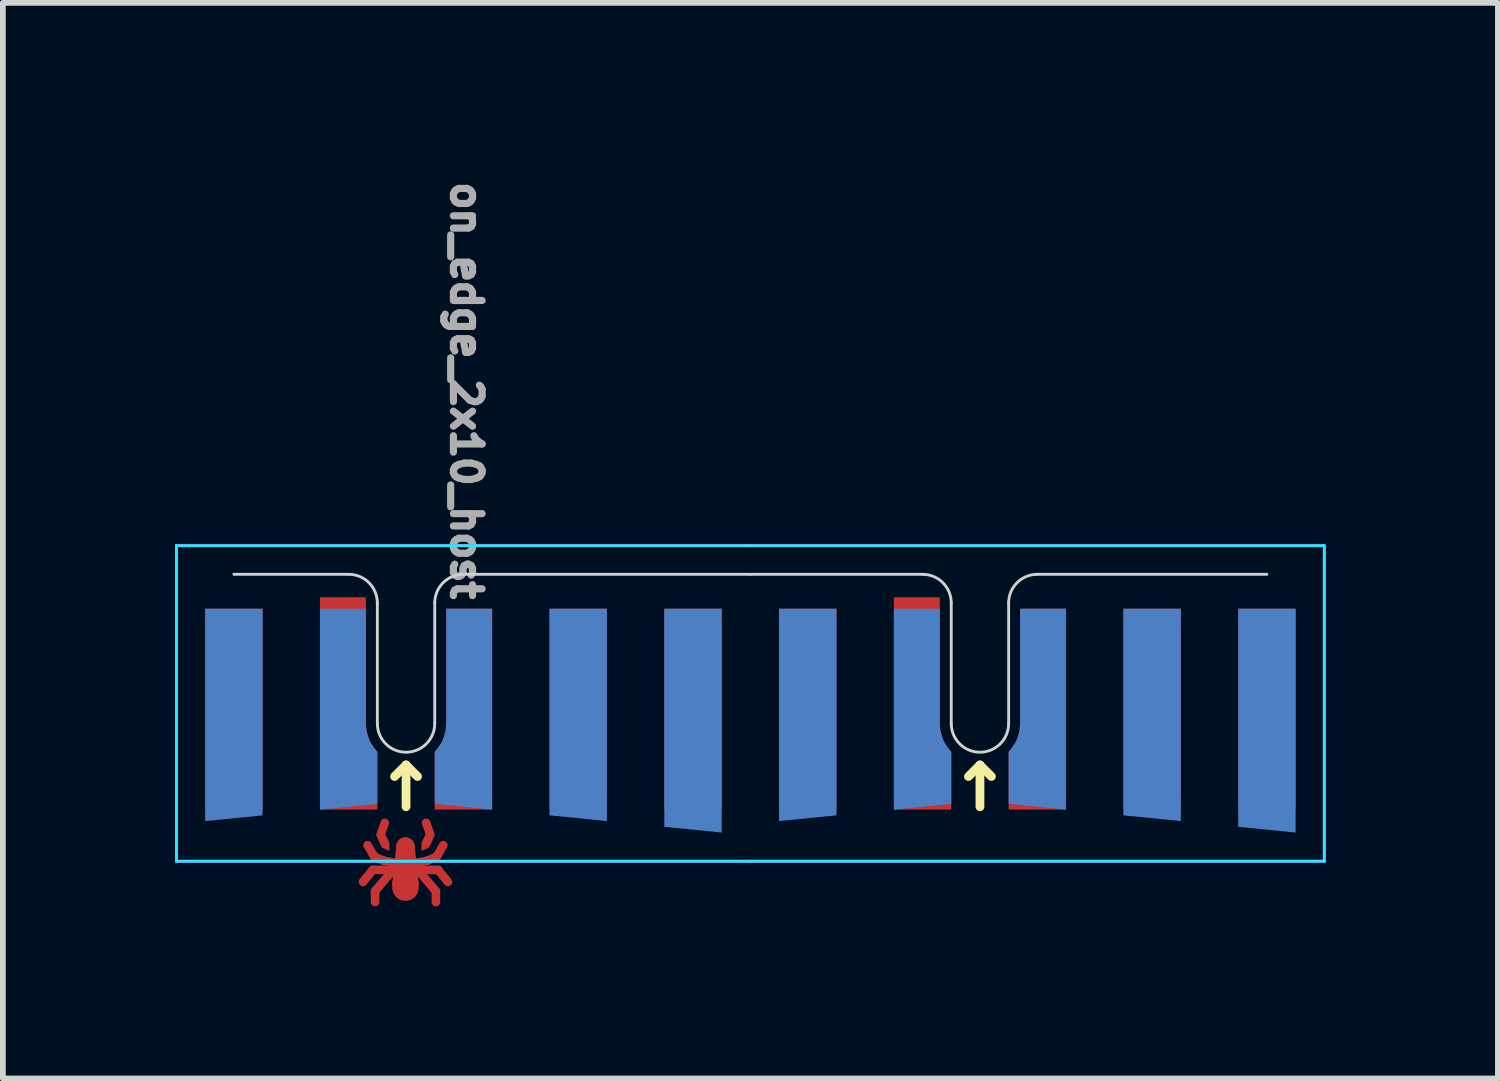
<source format=kicad_pcb>
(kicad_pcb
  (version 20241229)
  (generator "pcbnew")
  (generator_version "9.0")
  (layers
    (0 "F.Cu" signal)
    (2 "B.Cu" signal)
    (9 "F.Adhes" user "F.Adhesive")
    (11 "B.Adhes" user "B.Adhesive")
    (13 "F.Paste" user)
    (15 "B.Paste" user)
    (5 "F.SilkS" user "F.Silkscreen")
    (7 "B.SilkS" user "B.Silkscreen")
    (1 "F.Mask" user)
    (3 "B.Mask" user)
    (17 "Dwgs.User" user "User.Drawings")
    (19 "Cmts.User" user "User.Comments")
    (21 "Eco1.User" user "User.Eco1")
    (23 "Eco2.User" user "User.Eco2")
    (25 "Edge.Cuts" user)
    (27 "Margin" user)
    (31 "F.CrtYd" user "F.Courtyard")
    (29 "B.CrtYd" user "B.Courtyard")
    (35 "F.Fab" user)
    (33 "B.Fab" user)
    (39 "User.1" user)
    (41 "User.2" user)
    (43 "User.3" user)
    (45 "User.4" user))
  (footprint "on_edge_2x10_host"
    (layer "F.Cu")
    (at 5.025 6.957)
    (property "Reference" "on_edge_2x10_host" (at 0.05 -3.2 270) (unlocked yes) (layer "F.Fab") (effects (font (size 0.5 0.5) (thickness 0.125))))
    (attr exclude_from_pos_files exclude_from_bom)
    (fp_line (start -1.75 5.36) (end -1.58 5.15) (stroke (width 0.15) (type solid)) (layer "F.Cu"))
    (fp_line (start -1.67 4.72) (end -1.56 4.91) (stroke (width 0.15) (type solid)) (layer "F.Cu"))
    (fp_line (start -1.54 5.71) (end -1.54 5.52) (stroke (width 0.15) (type solid)) (layer "F.Cu"))
    (fp_line (start -1.44 4.54) (end -1.38 4.67) (stroke (width 0.15) (type solid)) (layer "F.Cu"))
    (fp_line (start -1.39 4.99) (end -1.55 4.92) (stroke (width 0.15) (type solid)) (layer "F.Cu"))
    (fp_line (start -1.39 4.99) (end -1.13 5.04) (stroke (width 0.15) (type solid)) (layer "F.Cu"))
    (fp_line (start -1.37 4.33) (end -1.44 4.53) (stroke (width 0.15) (type solid)) (layer "F.Cu"))
    (fp_line (start -1.26 5.19) (end -1.54 5.52) (stroke (width 0.15) (type solid)) (layer "F.Cu"))
    (fp_line (start -1.21 5.15) (end -1.58 5.15) (stroke (width 0.15) (type solid)) (layer "F.Cu"))
    (fp_line (start -1.09 5.4) (end -1.02 4.74) (stroke (width 0.3) (type solid)) (layer "F.Cu"))
    (fp_line (start -1.01 5.46) (end -1.01 5.39) (stroke (width 0.46) (type solid)) (layer "F.Cu"))
    (fp_line (start -1.01 5.51) (end -1.01 4.74) (stroke (width 0.32) (type solid)) (layer "F.Cu"))
    (fp_line (start -0.93 5.4) (end -1 4.74) (stroke (width 0.3) (type solid)) (layer "F.Cu"))
    (fp_line (start -0.81 5.15) (end -0.44 5.15) (stroke (width 0.15) (type solid)) (layer "F.Cu"))
    (fp_line (start -0.76 5.19) (end -0.48 5.52) (stroke (width 0.15) (type solid)) (layer "F.Cu"))
    (fp_line (start -0.65 4.33) (end -0.58 4.53) (stroke (width 0.15) (type solid)) (layer "F.Cu"))
    (fp_line (start -0.63 4.99) (end -0.89 5.04) (stroke (width 0.15) (type solid)) (layer "F.Cu"))
    (fp_line (start -0.63 4.99) (end -0.47 4.92) (stroke (width 0.15) (type solid)) (layer "F.Cu"))
    (fp_line (start -0.58 4.54) (end -0.64 4.67) (stroke (width 0.15) (type solid)) (layer "F.Cu"))
    (fp_line (start -0.48 5.71) (end -0.48 5.52) (stroke (width 0.15) (type solid)) (layer "F.Cu"))
    (fp_line (start -0.35 4.72) (end -0.46 4.91) (stroke (width 0.15) (type solid)) (layer "F.Cu"))
    (fp_line (start -0.27 5.36) (end -0.44 5.15) (stroke (width 0.15) (type solid)) (layer "F.Cu"))
    (fp_poly (pts (xy -1.35 4.56) (xy -1.29 4.68) (xy -1.29 4.82) (xy -1.42 4.76) (xy -1.49 4.61) (xy -1.4 4.64)) (stroke (width 0.001) (type solid)) (fill yes) (layer "F.Cu"))
    (fp_poly (pts (xy -0.67 4.56) (xy -0.73 4.68) (xy -0.73 4.82) (xy -0.6 4.76) (xy -0.53 4.61) (xy -0.62 4.64)) (stroke (width 0.001) (type solid)) (fill yes) (layer "F.Cu"))
    (fp_line (start -1.75 5.36) (end -1.58 5.15) (stroke (width 0.15) (type solid)) (layer "F.Mask"))
    (fp_line (start -1.67 4.72) (end -1.56 4.91) (stroke (width 0.15) (type solid)) (layer "F.Mask"))
    (fp_line (start -1.54 5.71) (end -1.54 5.52) (stroke (width 0.15) (type solid)) (layer "F.Mask"))
    (fp_line (start -1.44 4.54) (end -1.38 4.67) (stroke (width 0.15) (type solid)) (layer "F.Mask"))
    (fp_line (start -1.39 4.99) (end -1.55 4.92) (stroke (width 0.15) (type solid)) (layer "F.Mask"))
    (fp_line (start -1.39 4.99) (end -1.13 5.04) (stroke (width 0.15) (type solid)) (layer "F.Mask"))
    (fp_line (start -1.37 4.33) (end -1.44 4.53) (stroke (width 0.15) (type solid)) (layer "F.Mask"))
    (fp_line (start -1.26 5.19) (end -1.54 5.52) (stroke (width 0.15) (type solid)) (layer "F.Mask"))
    (fp_line (start -1.21 5.15) (end -1.58 5.15) (stroke (width 0.15) (type solid)) (layer "F.Mask"))
    (fp_line (start -1.09 5.4) (end -1.02 4.74) (stroke (width 0.3) (type solid)) (layer "F.Mask"))
    (fp_line (start -1.01 5.46) (end -1.01 5.39) (stroke (width 0.46) (type solid)) (layer "F.Mask"))
    (fp_line (start -1.01 5.51) (end -1.01 4.74) (stroke (width 0.32) (type solid)) (layer "F.Mask"))
    (fp_line (start -0.93 5.4) (end -1 4.74) (stroke (width 0.3) (type solid)) (layer "F.Mask"))
    (fp_line (start -0.81 5.15) (end -0.44 5.15) (stroke (width 0.15) (type solid)) (layer "F.Mask"))
    (fp_line (start -0.76 5.19) (end -0.48 5.52) (stroke (width 0.15) (type solid)) (layer "F.Mask"))
    (fp_line (start -0.65 4.33) (end -0.58 4.53) (stroke (width 0.15) (type solid)) (layer "F.Mask"))
    (fp_line (start -0.63 4.99) (end -0.89 5.04) (stroke (width 0.15) (type solid)) (layer "F.Mask"))
    (fp_line (start -0.63 4.99) (end -0.47 4.92) (stroke (width 0.15) (type solid)) (layer "F.Mask"))
    (fp_line (start -0.58 4.54) (end -0.64 4.67) (stroke (width 0.15) (type solid)) (layer "F.Mask"))
    (fp_line (start -0.48 5.71) (end -0.48 5.52) (stroke (width 0.15) (type solid)) (layer "F.Mask"))
    (fp_line (start -0.35 4.72) (end -0.46 4.91) (stroke (width 0.15) (type solid)) (layer "F.Mask"))
    (fp_line (start -0.27 5.36) (end -0.44 5.15) (stroke (width 0.15) (type solid)) (layer "F.Mask"))
    (fp_poly (pts (xy -1.35 4.56) (xy -1.29 4.68) (xy -1.29 4.82) (xy -1.42 4.76) (xy -1.49 4.61) (xy -1.4 4.64)) (stroke (width 0.001) (type solid)) (fill yes) (layer "F.Mask"))
    (fp_poly (pts (xy -0.67 4.56) (xy -0.73 4.68) (xy -0.73 4.82) (xy -0.6 4.76) (xy -0.53 4.61) (xy -0.62 4.64)) (stroke (width 0.001) (type solid)) (fill yes) (layer "F.Mask"))
    (fp_line (start -1 3.323) (end -1.2 3.523) (stroke (width 0.153) (type solid)) (layer "F.SilkS"))
    (fp_line (start -1 4.05) (end -1 3.323) (stroke (width 0.153) (type solid)) (layer "F.SilkS"))
    (fp_line (start -0.8 3.523) (end -1 3.323) (stroke (width 0.153) (type solid)) (layer "F.SilkS"))
    (fp_line (start 9 3.323) (end 8.8 3.523) (stroke (width 0.153) (type solid)) (layer "F.SilkS"))
    (fp_line (start 9 4.05) (end 9 3.323) (stroke (width 0.153) (type solid)) (layer "F.SilkS"))
    (fp_line (start 9.2 3.523) (end 9 3.323) (stroke (width 0.153) (type solid)) (layer "F.SilkS"))
    (fp_line (start -4 0) (end -2 0) (stroke (width 0.05) (type solid)) (layer "Edge.Cuts"))
    (fp_line (start -1.5 0.5) (end -1.5 2.6) (stroke (width 0.05) (type solid)) (layer "Edge.Cuts"))
    (fp_line (start -0.5 2.6) (end -0.5 0.5) (stroke (width 0.05) (type solid)) (layer "Edge.Cuts"))
    (fp_line (start 0 0) (end 5 0) (stroke (width 0.05) (type solid)) (layer "Edge.Cuts"))
    (fp_line (start 5 0) (end 8 0) (stroke (width 0.05) (type solid)) (layer "Edge.Cuts"))
    (fp_line (start 8.5 0.5) (end 8.5 2.6) (stroke (width 0.05) (type solid)) (layer "Edge.Cuts"))
    (fp_line (start 9.5 2.6) (end 9.5 0.5) (stroke (width 0.05) (type solid)) (layer "Edge.Cuts"))
    (fp_line (start 10 0) (end 14 0) (stroke (width 0.05) (type solid)) (layer "Edge.Cuts"))
    (fp_arc (start -2 0) (mid -1.646447 0.146447) (end -1.5 0.5) (stroke (width 0.05) (type solid)) (layer "Edge.Cuts"))
    (fp_arc (start -0.5 0.5) (mid -0.353553 0.146447) (end 0 0) (stroke (width 0.05) (type solid)) (layer "Edge.Cuts"))
    (fp_arc (start -0.5 2.6) (mid -1 3.1) (end -1.5 2.6) (stroke (width 0.05) (type solid)) (layer "Edge.Cuts"))
    (fp_arc (start 8 0) (mid 8.353553 0.146447) (end 8.5 0.5) (stroke (width 0.05) (type solid)) (layer "Edge.Cuts"))
    (fp_arc (start 9.5 0.5) (mid 9.646447 0.146447) (end 10 0) (stroke (width 0.05) (type solid)) (layer "Edge.Cuts"))
    (fp_arc (start 9.5 2.6) (mid 9 3.1) (end 8.5 2.6) (stroke (width 0.05) (type solid)) (layer "Edge.Cuts"))
    (fp_line (start -5 -0.5) (end 5 -0.5) (stroke (width 0.05) (type solid)) (layer "B.CrtYd"))
    (fp_line (start -5 5) (end -5 -0.5) (stroke (width 0.05) (type solid)) (layer "B.CrtYd"))
    (fp_line (start 5 -0.5) (end 15 -0.5) (stroke (width 0.05) (type solid)) (layer "B.CrtYd"))
    (fp_line (start 5 5) (end -5 5) (stroke (width 0.05) (type solid)) (layer "B.CrtYd"))
    (fp_line (start 15 -0.5) (end 15 5) (stroke (width 0.05) (type solid)) (layer "B.CrtYd"))
    (fp_line (start 15 5) (end 5 5) (stroke (width 0.05) (type solid)) (layer "B.CrtYd"))
    (fp_line (start -5 -0.5) (end -5 5) (stroke (width 0.05) (type solid)) (layer "F.CrtYd"))
    (fp_line (start -5 5) (end 5 5) (stroke (width 0.05) (type solid)) (layer "F.CrtYd"))
    (fp_line (start 5 -0.5) (end -5 -0.5) (stroke (width 0.05) (type solid)) (layer "F.CrtYd"))
    (fp_line (start 5 5) (end 15 5) (stroke (width 0.05) (type solid)) (layer "F.CrtYd"))
    (fp_line (start 15 -0.5) (end 5 -0.5) (stroke (width 0.05) (type solid)) (layer "F.CrtYd"))
    (fp_line (start 15 5) (end 15 -0.5) (stroke (width 0.05) (type solid)) (layer "F.CrtYd"))
    (pad "1" smd custom (at -2 3.6) (size 1 1) (layers "F.Cu" "F.Mask") (options (anchor rect)) (primitives (gr_poly (pts (xy 0.3 -0.99) (xy 0.31 -0.88) (xy 0.33 -0.8) (xy 0.35 -0.74) (xy 0.37 -0.69) (xy 0.4 -0.64) (xy 0.44 -0.58) (xy 0.48 -0.53) (xy 0.5 -0.51) (xy 0.5 0.5) (xy -0.5 0.5) (xy -0.5 -3.2) (xy 0.3 -3.2)) (width 0) (fill yes))))
    (pad "2" smd custom (at 0 3.6) (size 1 1) (layers "F.Cu" "F.Mask") (options (anchor rect)) (primitives (gr_poly (pts (xy -0.3 -0.99) (xy -0.31 -0.88) (xy -0.33 -0.8) (xy -0.35 -0.74) (xy -0.37 -0.69) (xy -0.4 -0.64) (xy -0.44 -0.58) (xy -0.48 -0.53) (xy -0.5 -0.51) (xy -0.5 0.5) (xy 0.5 0.5) (xy 0.5 -3) (xy -0.3 -3)) (width 0) (fill yes))))
    (pad "3" smd custom (at -2 2.1 180) (size 0.4 0.4) (layers "B.Cu" "B.Mask") (options (anchor rect)) (primitives (gr_poly (pts (xy -0.3 -0.51) (xy -0.31 -0.62) (xy -0.33 -0.7) (xy -0.35 -0.76) (xy -0.37 -0.81) (xy -0.4 -0.86) (xy -0.44 -0.92) (xy -0.48 -0.97) (xy -0.5 -0.99) (xy -0.5 -1.9) (xy 0.5 -2) (xy 0.5 1.5) (xy -0.3 1.5)) (width 0) (fill yes))))
    (pad "4" smd custom (at 0 2.1 180) (size 0.4 0.4) (layers "B.Cu" "B.Mask") (options (anchor rect)) (primitives (gr_poly (pts (xy 0.3 -0.51) (xy 0.31 -0.62) (xy 0.33 -0.7) (xy 0.35 -0.76) (xy 0.37 -0.81) (xy 0.4 -0.86) (xy 0.44 -0.92) (xy 0.48 -0.97) (xy 0.5 -0.99) (xy 0.5 -1.9) (xy -0.5 -2) (xy -0.5 1.5) (xy 0.3 1.5)) (width 0) (fill yes))))
    (pad "5" smd rect (at 2 2.35) (size 1 3.5) (layers "F.Cu" "F.Mask"))
    (pad "6" smd custom (at 2 2.4 180) (size 1 3.6) (layers "B.Cu" "B.Mask") (options (anchor rect)) (primitives (gr_poly (pts (xy 0.5 -1.8) (xy -0.5 -1.9) (xy -0.5 -1.8)) (width 0) (fill yes))))
    (pad "7" smd rect (at -4 2.35) (size 1 3.5) (layers "F.Cu" "F.Mask"))
    (pad "8" smd custom (at -4 2.4 180) (size 1 3.6) (layers "B.Cu" "B.Mask") (options (anchor rect)) (primitives (gr_poly (pts (xy 0.5 -1.8) (xy 0.5 -1.9) (xy -0.5 -1.8)) (width 0) (fill yes))))
    (pad "9" smd rect (at 4 2.35) (size 1 3.5) (layers "F.Cu" "F.Mask"))
    (pad "10" smd custom (at 4 2.5 180) (size 1 3.8) (layers "B.Cu" "B.Mask") (options (anchor rect)) (primitives (gr_poly (pts (xy 0.5 -1.9) (xy -0.5 -2) (xy -0.5 -1.9)) (width 0) (fill yes))))
    (pad "11" smd custom (at 8 3.6) (size 1 1) (layers "F.Cu" "F.Mask") (options (anchor rect)) (primitives (gr_poly (pts (xy 0.3 -0.99) (xy 0.31 -0.88) (xy 0.33 -0.8) (xy 0.35 -0.74) (xy 0.37 -0.69) (xy 0.4 -0.64) (xy 0.44 -0.58) (xy 0.48 -0.53) (xy 0.5 -0.51) (xy 0.5 0.5) (xy -0.5 0.5) (xy -0.5 -3.2) (xy 0.3 -3.2)) (width 0) (fill yes))))
    (pad "12" smd custom (at 10 3.6) (size 1 1) (layers "F.Cu" "F.Mask") (options (anchor rect)) (primitives (gr_poly (pts (xy -0.3 -0.99) (xy -0.31 -0.88) (xy -0.33 -0.8) (xy -0.35 -0.74) (xy -0.37 -0.69) (xy -0.4 -0.64) (xy -0.44 -0.58) (xy -0.48 -0.53) (xy -0.5 -0.51) (xy -0.5 0.5) (xy 0.5 0.5) (xy 0.5 -3) (xy -0.3 -3)) (width 0) (fill yes))))
    (pad "13" smd custom (at 8 2.1 180) (size 0.4 0.4) (layers "B.Cu" "B.Mask") (options (anchor rect)) (primitives (gr_poly (pts (xy -0.3 -0.51) (xy -0.31 -0.62) (xy -0.33 -0.7) (xy -0.35 -0.76) (xy -0.37 -0.81) (xy -0.4 -0.86) (xy -0.44 -0.92) (xy -0.48 -0.97) (xy -0.5 -0.99) (xy -0.5 -1.9) (xy 0.5 -2) (xy 0.5 1.5) (xy -0.3 1.5)) (width 0) (fill yes))))
    (pad "14" smd custom (at 10 2.1 180) (size 0.4 0.4) (layers "B.Cu" "B.Mask") (options (anchor rect)) (primitives (gr_poly (pts (xy 0.3 -0.51) (xy 0.31 -0.62) (xy 0.33 -0.7) (xy 0.35 -0.76) (xy 0.37 -0.81) (xy 0.4 -0.86) (xy 0.44 -0.92) (xy 0.48 -0.97) (xy 0.5 -0.99) (xy 0.5 -1.9) (xy -0.5 -2) (xy -0.5 1.5) (xy 0.3 1.5)) (width 0) (fill yes))))
    (pad "15" smd rect (at 12 2.35) (size 1 3.5) (layers "F.Cu" "F.Mask"))
    (pad "16" smd custom (at 12 2.4 180) (size 1 3.6) (layers "B.Cu" "B.Mask") (options (anchor rect)) (primitives (gr_poly (pts (xy 0.5 -1.8) (xy -0.5 -1.9) (xy -0.5 -1.8)) (width 0) (fill yes))))
    (pad "17" smd rect (at 6 2.35) (size 1 3.5) (layers "F.Cu" "F.Mask"))
    (pad "18" smd custom (at 6 2.4 180) (size 1 3.6) (layers "B.Cu" "B.Mask") (options (anchor rect)) (primitives (gr_poly (pts (xy 0.5 -1.8) (xy 0.5 -1.9) (xy -0.5 -1.8)) (width 0) (fill yes))))
    (pad "19" smd rect (at 14 2.35) (size 1 3.5) (layers "F.Cu" "F.Mask"))
    (pad "20" smd custom (at 14 2.5 180) (size 1 3.8) (layers "B.Cu" "B.Mask") (options (anchor rect)) (primitives (gr_poly (pts (xy 0.5 -1.9) (xy -0.5 -2) (xy -0.5 -1.9)) (width 0) (fill yes)))))
  (gr_rect
    (start -3 -3)
    (end 23.05 15.742)
    (stroke (width 0.1) (type default))
    (fill no)
    (layer "Edge.Cuts")))
</source>
